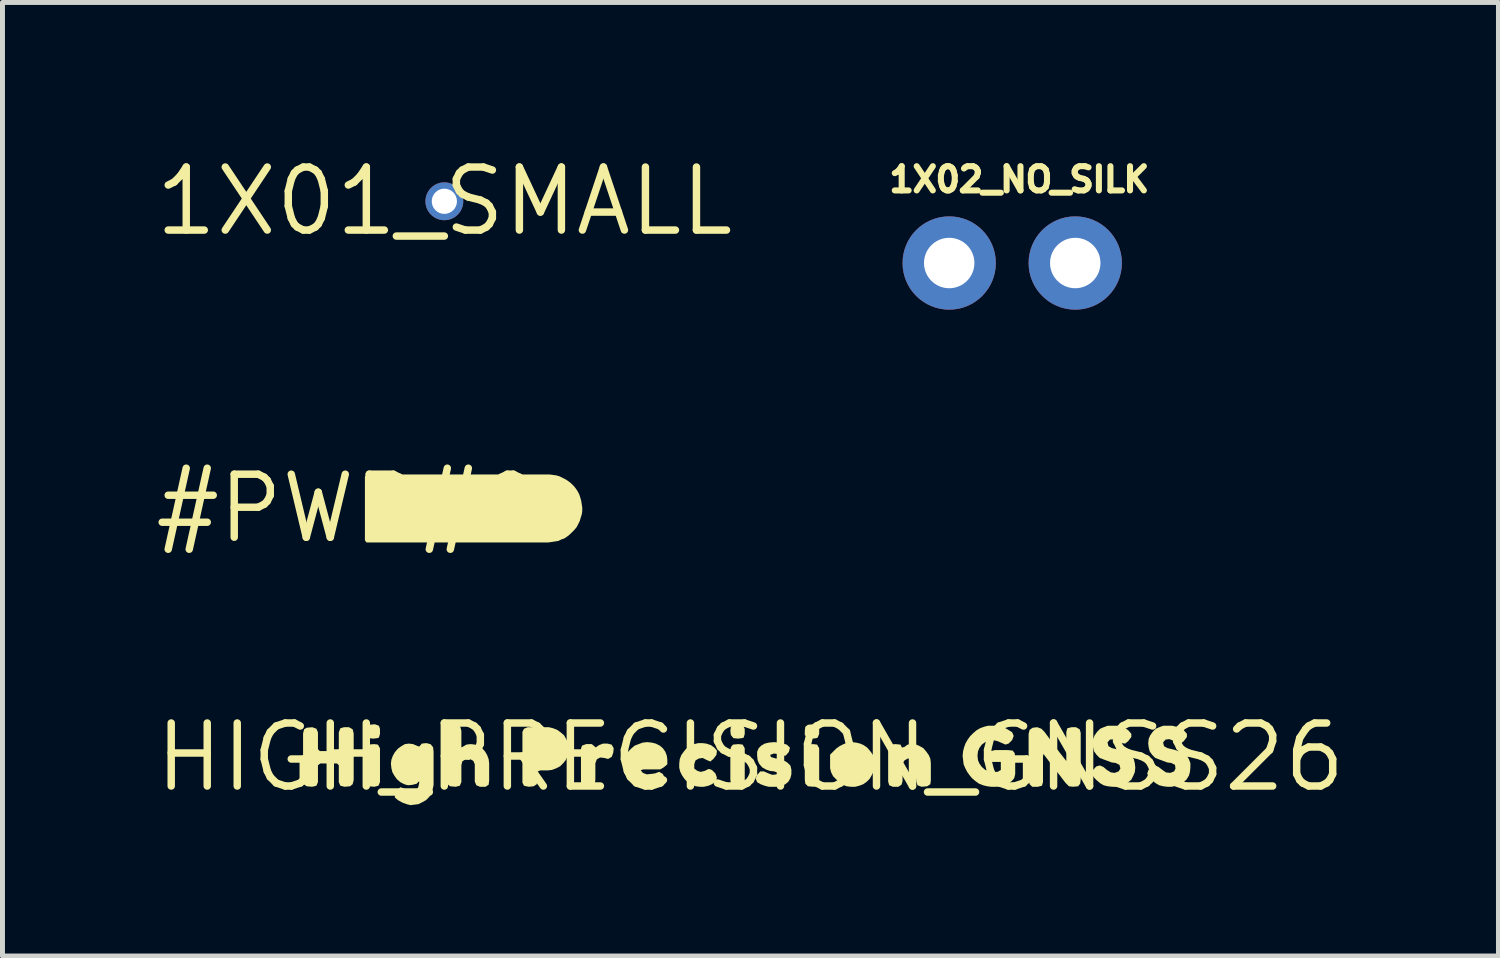
<source format=kicad_pcb>
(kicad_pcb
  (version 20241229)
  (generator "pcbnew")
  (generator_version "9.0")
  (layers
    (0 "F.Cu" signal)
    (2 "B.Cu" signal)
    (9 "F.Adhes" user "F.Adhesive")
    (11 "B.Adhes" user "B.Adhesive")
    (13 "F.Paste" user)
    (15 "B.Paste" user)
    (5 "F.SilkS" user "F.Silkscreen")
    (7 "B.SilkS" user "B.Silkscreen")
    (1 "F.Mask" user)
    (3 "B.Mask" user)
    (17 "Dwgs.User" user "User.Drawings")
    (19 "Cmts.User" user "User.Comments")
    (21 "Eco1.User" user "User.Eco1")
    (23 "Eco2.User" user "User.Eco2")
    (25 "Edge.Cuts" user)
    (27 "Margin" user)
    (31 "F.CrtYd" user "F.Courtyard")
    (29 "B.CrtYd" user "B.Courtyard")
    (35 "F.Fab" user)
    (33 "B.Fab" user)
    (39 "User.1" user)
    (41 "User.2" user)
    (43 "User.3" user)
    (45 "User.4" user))
  (footprint "1X01_SMALL"
    (layer "F.Cu")
    (at 5.904 1.006)
    (property "Reference" "1X01_SMALL" (at 0 0 0) (layer "F.SilkS") (effects (font (size 1.27 1.27) (thickness 0.15))))
    (pad "P$1" thru_hole circle (at 0 0) (size 0.762 0.762) (drill 0.508) (layers "*.Cu" "*.Mask")))
  (footprint "1X02_NO_SILK"
    (layer "F.Cu")
    (at 16.077 2.25)
    (property "Reference" "1X02_NO_SILK" (at -1.27 -1.397 0) (unlocked yes) (layer "F.SilkS") (effects (font (size 0.488 0.488) (thickness 0.122)) (justify left bottom)))
    (fp_poly (pts (xy -0.254 0.254) (xy 0.254 0.254) (xy 0.254 -0.254) (xy -0.254 -0.254)) (stroke (width 0.1) (type default)) (fill no) (layer "F.Fab"))
    (fp_poly (pts (xy 2.286 0.254) (xy 2.794 0.254) (xy 2.794 -0.254) (xy 2.286 -0.254)) (stroke (width 0.1) (type default)) (fill no) (layer "F.Fab"))
    (pad "1" thru_hole circle (at 0 0 90) (size 1.88 1.88) (drill 1.016) (layers "*.Cu" "*.Mask"))
    (pad "2" thru_hole circle (at 2.54 0 90) (size 1.88 1.88) (drill 1.016) (layers "*.Cu" "*.Mask")))
  (footprint "HIGH_PRECISION_GNSS26"
    (layer "F.Cu")
    (at 12.072 12.209)
    (property "Reference" "HIGH_PRECISION_GNSS26" (at 0 0 0) (layer "F.SilkS") (effects (font (size 1.27 1.27) (thickness 0.15))))
    (fp_poly (pts (xy -7.507 -0.255) (xy -7.465 -0.181) (xy -7.465 0.501) (xy -7.496 0.574) (xy -7.58 0.595) (xy -7.692 0.585) (xy -7.745 0.532) (xy -7.755 0.45) (xy -7.755 -0.12) (xy -7.745 -0.202) (xy -7.692 -0.255) (xy -7.59 -0.265)) (stroke (width 0) (type default)) (fill yes) (layer "F.SilkS"))
    (fp_poly (pts (xy -7.486 -0.634) (xy -7.465 -0.571) (xy -7.465 -0.469) (xy -7.486 -0.396) (xy -7.519 -0.385) (xy -7.6 -0.375) (xy -7.693 -0.385) (xy -7.745 -0.448) (xy -7.755 -0.53) (xy -7.745 -0.613) (xy -7.682 -0.655) (xy -7.569 -0.665)) (stroke (width 0) (type default)) (fill yes) (layer "F.SilkS"))
    (fp_poly (pts (xy -0.157 -0.255) (xy -0.115 -0.181) (xy -0.115 0.501) (xy -0.146 0.574) (xy -0.23 0.595) (xy -0.342 0.585) (xy -0.395 0.532) (xy -0.405 0.45) (xy -0.405 -0.12) (xy -0.395 -0.202) (xy -0.353 -0.255) (xy -0.24 -0.265)) (stroke (width 0) (type default)) (fill yes) (layer "F.SilkS"))
    (fp_poly (pts (xy -0.146 -0.634) (xy -0.115 -0.571) (xy -0.115 -0.469) (xy -0.136 -0.396) (xy -0.169 -0.385) (xy -0.25 -0.375) (xy -0.343 -0.385) (xy -0.395 -0.448) (xy -0.405 -0.53) (xy -0.395 -0.613) (xy -0.332 -0.655) (xy -0.219 -0.665)) (stroke (width 0) (type default)) (fill yes) (layer "F.SilkS"))
    (fp_poly (pts (xy 1.343 -0.255) (xy 1.385 -0.181) (xy 1.385 0.501) (xy 1.354 0.574) (xy 1.27 0.595) (xy 1.158 0.585) (xy 1.105 0.532) (xy 1.095 0.45) (xy 1.095 -0.12) (xy 1.105 -0.202) (xy 1.147 -0.255) (xy 1.26 -0.265)) (stroke (width 0) (type default)) (fill yes) (layer "F.SilkS"))
    (fp_poly (pts (xy 1.354 -0.634) (xy 1.385 -0.571) (xy 1.385 -0.469) (xy 1.354 -0.396) (xy 1.331 -0.385) (xy 1.25 -0.375) (xy 1.158 -0.385) (xy 1.095 -0.448) (xy 1.095 -0.53) (xy 1.105 -0.613) (xy 1.158 -0.655) (xy 1.271 -0.665)) (stroke (width 0) (type default)) (fill yes) (layer "F.SilkS"))
    (fp_poly (pts (xy -2.797 -0.254) (xy -2.755 -0.181) (xy -2.765 -0.089) (xy -2.796 -0.007) (xy -2.869 0.035) (xy -2.941 0.015) (xy -3.029 0.005) (xy -3.096 0.043) (xy -3.125 0.121) (xy -3.125 0.45) (xy -3.135 0.532) (xy -3.188 0.585) (xy -3.29 0.595) (xy -3.373 0.585) (xy -3.415 0.511) (xy -3.415 -0.171) (xy -3.394 -0.234) (xy -3.311 -0.265) (xy -3.198 -0.265) (xy -3.147 -0.224) (xy -3.119 -0.197) (xy -3.052 -0.244) (xy -2.971 -0.275) (xy -2.879 -0.275)) (stroke (width 0) (type default)) (fill yes) (layer "F.SilkS"))
    (fp_poly (pts (xy 5.863 -0.574) (xy 5.924 -0.513) (xy 6.224 -0.103) (xy 6.365 0.076) (xy 6.365 -0.511) (xy 6.386 -0.584) (xy 6.469 -0.605) (xy 6.561 -0.605) (xy 6.634 -0.563) (xy 6.655 -0.491) (xy 6.655 0.45) (xy 6.645 0.532) (xy 6.603 0.585) (xy 6.5 0.595) (xy 6.418 0.585) (xy 6.346 0.513) (xy 5.903 -0.067) (xy 5.895 -0.01) (xy 5.895 0.501) (xy 5.874 0.574) (xy 5.791 0.595) (xy 5.678 0.595) (xy 5.625 0.543) (xy 5.605 0.461) (xy 5.605 -0.471) (xy 5.626 -0.553) (xy 5.688 -0.595) (xy 5.781 -0.605)) (stroke (width 0) (type default)) (fill yes) (layer "F.SilkS"))
    (fp_poly (pts (xy -3.979 -0.585) (xy -3.898 -0.554) (xy -3.827 -0.504) (xy -3.756 -0.443) (xy -3.716 -0.372) (xy -3.665 -0.271) (xy -3.665 -0.099) (xy -3.685 -0.018) (xy -3.726 0.063) (xy -3.776 0.123) (xy -3.837 0.184) (xy -3.913 0.222) (xy -3.913 0.223) (xy -3.918 0.225) (xy -3.922 0.227) (xy -3.922 0.226) (xy -3.999 0.255) (xy -4.08 0.265) (xy -4.239 0.265) (xy -4.295 0.293) (xy -4.295 0.46) (xy -4.305 0.543) (xy -4.368 0.585) (xy -4.47 0.595) (xy -4.563 0.574) (xy -4.595 0.511) (xy -4.595 -0.511) (xy -4.564 -0.574) (xy -4.491 -0.605) (xy -4.059 -0.605)) (stroke (width 0) (type default)) (fill yes) (layer "F.SilkS"))
    (fp_poly (pts (xy 2.131 -0.295) (xy 2.212 -0.275) (xy 2.282 -0.244) (xy 2.353 -0.194) (xy 2.414 -0.123) (xy 2.465 -0.052) (xy 2.485 0.019) (xy 2.505 0.11) (xy 2.495 0.201) (xy 2.485 0.281) (xy 2.444 0.362) (xy 2.404 0.433) (xy 2.343 0.494) (xy 2.272 0.544) (xy 2.191 0.575) (xy 2.111 0.595) (xy 2.02 0.595) (xy 1.939 0.585) (xy 1.853 0.553) (xy 1.857 0.544) (xy 1.787 0.504) (xy 1.726 0.444) (xy 1.666 0.383) (xy 1.625 0.302) (xy 1.605 0.221) (xy 1.605 -0.052) (xy 1.727 -0.174) (xy 1.797 -0.224) (xy 1.878 -0.265) (xy 1.959 -0.295) (xy 2.04 -0.305)) (stroke (width 0) (type default)) (fill yes) (layer "F.SilkS"))
    (fp_poly (pts (xy -8.746 -0.574) (xy -8.715 -0.501) (xy -8.715 -0.162) (xy -8.678 -0.125) (xy -8.342 -0.125) (xy -8.295 -0.162) (xy -8.295 -0.501) (xy -8.264 -0.584) (xy -8.191 -0.605) (xy -8.089 -0.605) (xy -8.016 -0.563) (xy -7.995 -0.481) (xy -7.995 0.461) (xy -8.016 0.543) (xy -8.068 0.585) (xy -8.18 0.595) (xy -8.264 0.574) (xy -8.295 0.501) (xy -8.295 0.162) (xy -8.332 0.125) (xy -8.668 0.125) (xy -8.715 0.162) (xy -8.715 0.501) (xy -8.746 0.574) (xy -8.83 0.595) (xy -8.942 0.585) (xy -9.005 0.543) (xy -9.015 0.46) (xy -9.015 -0.481) (xy -8.994 -0.563) (xy -8.942 -0.595) (xy -8.829 -0.605)) (stroke (width 0) (type default)) (fill yes) (layer "F.SilkS"))
    (fp_poly (pts (xy 3.341 -0.255) (xy 3.412 -0.224) (xy 3.483 -0.184) (xy 3.544 -0.113) (xy 3.594 -0.042) (xy 3.625 0.029) (xy 3.635 0.12) (xy 3.635 0.47) (xy 3.625 0.543) (xy 3.562 0.585) (xy 3.449 0.595) (xy 3.366 0.564) (xy 3.345 0.501) (xy 3.335 0.41) (xy 3.335 0.161) (xy 3.316 0.073) (xy 3.258 0.035) (xy 3.171 0.025) (xy 3.104 0.064) (xy 3.065 0.131) (xy 3.065 0.481) (xy 3.044 0.553) (xy 2.982 0.595) (xy 2.869 0.595) (xy 2.796 0.564) (xy 2.775 0.491) (xy 2.775 -0.202) (xy 2.817 -0.255) (xy 2.92 -0.265) (xy 3.023 -0.255) (xy 3.053 -0.196) (xy 3.098 -0.205) (xy 3.168 -0.255) (xy 3.25 -0.265)) (stroke (width 0) (type default)) (fill yes) (layer "F.SilkS"))
    (fp_poly (pts (xy -5.898 -0.655) (xy -5.846 -0.613) (xy -5.825 -0.531) (xy -5.825 -0.198) (xy -5.792 -0.214) (xy -5.722 -0.255) (xy -5.64 -0.265) (xy -5.549 -0.255) (xy -5.478 -0.224) (xy -5.407 -0.184) (xy -5.346 -0.113) (xy -5.305 -0.042) (xy -5.275 0.039) (xy -5.265 0.12) (xy -5.265 0.47) (xy -5.275 0.553) (xy -5.338 0.595) (xy -5.451 0.595) (xy -5.524 0.564) (xy -5.555 0.491) (xy -5.555 0.141) (xy -5.584 0.074) (xy -5.651 0.035) (xy -5.729 0.035) (xy -5.806 0.083) (xy -5.825 0.161) (xy -5.825 0.501) (xy -5.856 0.574) (xy -5.94 0.595) (xy -6.052 0.585) (xy -6.105 0.543) (xy -6.115 0.46) (xy -6.115 -0.571) (xy -6.094 -0.634) (xy -6.011 -0.665)) (stroke (width 0) (type default)) (fill yes) (layer "F.SilkS"))
    (fp_poly (pts (xy -1.989 -0.295) (xy -1.908 -0.275) (xy -1.827 -0.234) (xy -1.766 -0.183) (xy -1.716 -0.112) (xy -1.685 -0.031) (xy -1.675 0.05) (xy -1.675 0.142) (xy -1.747 0.204) (xy -1.819 0.245) (xy -2.159 0.245) (xy -2.211 0.262) (xy -2.167 0.316) (xy -2.089 0.345) (xy -1.991 0.335) (xy -1.921 0.325) (xy -1.84 0.294) (xy -1.766 0.336) (xy -1.725 0.419) (xy -1.725 0.492) (xy -1.767 0.534) (xy -1.828 0.565) (xy -1.919 0.585) (xy -2.05 0.595) (xy -2.151 0.595) (xy -2.231 0.575) (xy -2.312 0.545) (xy -2.383 0.504) (xy -2.444 0.443) (xy -2.485 0.362) (xy -2.515 0.292) (xy -2.535 0.201) (xy -2.535 0.12) (xy -2.525 0.029) (xy -2.495 -0.052) (xy -2.454 -0.123) (xy -2.393 -0.184) (xy -2.333 -0.234) (xy -2.252 -0.265) (xy -2.171 -0.295) (xy -2.08 -0.305)) (stroke (width 0) (type default)) (fill yes) (layer "F.SilkS"))
    (fp_poly (pts (xy -0.889 -0.275) (xy -0.798 -0.245) (xy -0.727 -0.194) (xy -0.675 -0.132) (xy -0.685 -0.048) (xy -0.746 0.033) (xy -0.809 0.086) (xy -0.882 0.055) (xy -0.961 0.015) (xy -1.038 0.025) (xy -1.106 0.063) (xy -1.135 0.141) (xy -1.135 0.227) (xy -1.068 0.275) (xy -1 0.295) (xy -0.922 0.275) (xy -0.84 0.235) (xy -0.777 0.256) (xy -0.706 0.327) (xy -0.675 0.41) (xy -0.696 0.483) (xy -0.777 0.544) (xy -0.848 0.575) (xy -0.939 0.595) (xy -1.02 0.595) (xy -1.101 0.585) (xy -1.182 0.555) (xy -1.263 0.504) (xy -1.324 0.443) (xy -1.374 0.373) (xy -1.415 0.292) (xy -1.435 0.211) (xy -1.435 0.13) (xy -1.425 0.039) (xy -1.394 -0.042) (xy -1.344 -0.113) (xy -1.293 -0.174) (xy -1.212 -0.224) (xy -1.132 -0.265) (xy -1.051 -0.285) (xy -0.97 -0.285)) (stroke (width 0) (type default)) (fill yes) (layer "F.SilkS"))
    (fp_poly (pts (xy -6.447 -0.264) (xy -6.395 -0.202) (xy -6.385 -0.11) (xy -6.385 0.561) (xy -6.405 0.651) (xy -6.425 0.732) (xy -6.476 0.803) (xy -6.537 0.864) (xy -6.608 0.904) (xy -6.689 0.945) (xy -6.769 0.955) (xy -6.85 0.965) (xy -6.931 0.945) (xy -7.012 0.915) (xy -7.103 0.864) (xy -7.165 0.812) (xy -7.165 0.739) (xy -7.114 0.657) (xy -7.051 0.604) (xy -6.968 0.635) (xy -6.898 0.675) (xy -6.82 0.685) (xy -6.743 0.666) (xy -6.695 0.608) (xy -6.675 0.519) (xy -6.675 0.482) (xy -6.727 0.535) (xy -6.809 0.555) (xy -6.9 0.565) (xy -6.972 0.545) (xy -7.053 0.504) (xy -7.124 0.443) (xy -7.174 0.373) (xy -7.215 0.302) (xy -7.235 0.221) (xy -7.245 0.13) (xy -7.235 0.049) (xy -7.205 -0.032) (xy -7.164 -0.103) (xy -7.103 -0.174) (xy -7.033 -0.224) (xy -6.962 -0.265) (xy -6.88 -0.275) (xy -6.799 -0.265) (xy -6.708 -0.225) (xy -6.672 -0.216) (xy -6.623 -0.275) (xy -6.53 -0.285)) (stroke (width 0) (type default)) (fill yes) (layer "F.SilkS"))
    (fp_poly (pts (xy 0.571 -0.295) (xy 0.651 -0.275) (xy 0.733 -0.255) (xy 0.796 -0.192) (xy 0.775 -0.108) (xy 0.713 -0.035) (xy 0.649 -0.025) (xy 0.559 -0.065) (xy 0.471 -0.075) (xy 0.397 -0.047) (xy 0.414 -0.004) (xy 0.511 0.025) (xy 0.591 0.035) (xy 0.672 0.065) (xy 0.743 0.106) (xy 0.805 0.167) (xy 0.825 0.249) (xy 0.825 0.341) (xy 0.805 0.422) (xy 0.764 0.493) (xy 0.703 0.544) (xy 0.632 0.575) (xy 0.551 0.595) (xy 0.369 0.595) (xy 0.289 0.575) (xy 0.208 0.545) (xy 0.136 0.504) (xy 0.105 0.43) (xy 0.136 0.357) (xy 0.198 0.285) (xy 0.271 0.285) (xy 0.362 0.325) (xy 0.441 0.355) (xy 0.527 0.345) (xy 0.552 0.312) (xy 0.479 0.285) (xy 0.389 0.275) (xy 0.308 0.245) (xy 0.237 0.204) (xy 0.176 0.133) (xy 0.145 0.061) (xy 0.135 -0.03) (xy 0.135 -0.111) (xy 0.166 -0.183) (xy 0.217 -0.234) (xy 0.288 -0.275) (xy 0.369 -0.295) (xy 0.48 -0.305)) (stroke (width 0) (type default)) (fill yes) (layer "F.SilkS"))
    (fp_poly (pts (xy 7.461 -0.615) (xy 7.552 -0.585) (xy 7.613 -0.544) (xy 7.675 -0.472) (xy 7.675 -0.408) (xy 7.614 -0.327) (xy 7.551 -0.275) (xy 7.478 -0.285) (xy 7.398 -0.336) (xy 7.329 -0.365) (xy 7.243 -0.355) (xy 7.195 -0.299) (xy 7.214 -0.223) (xy 7.282 -0.185) (xy 7.441 -0.145) (xy 7.532 -0.115) (xy 7.613 -0.084) (xy 7.674 -0.033) (xy 7.725 0.038) (xy 7.745 0.119) (xy 7.755 0.21) (xy 7.745 0.301) (xy 7.715 0.372) (xy 7.674 0.453) (xy 7.613 0.504) (xy 7.532 0.545) (xy 7.451 0.575) (xy 7.371 0.595) (xy 7.29 0.595) (xy 7.199 0.585) (xy 7.118 0.565) (xy 7.047 0.524) (xy 6.977 0.464) (xy 6.926 0.413) (xy 6.875 0.331) (xy 6.896 0.267) (xy 6.967 0.186) (xy 7.04 0.165) (xy 7.113 0.196) (xy 7.183 0.256) (xy 7.262 0.305) (xy 7.339 0.315) (xy 7.417 0.286) (xy 7.455 0.229) (xy 7.436 0.153) (xy 7.359 0.115) (xy 7.279 0.105) (xy 7.198 0.075) (xy 7.118 0.045) (xy 7.037 0.014) (xy 6.976 -0.047) (xy 6.925 -0.118) (xy 6.905 -0.199) (xy 6.895 -0.28) (xy 6.905 -0.371) (xy 6.936 -0.442) (xy 6.986 -0.513) (xy 7.047 -0.574) (xy 7.118 -0.605) (xy 7.199 -0.635) (xy 7.381 -0.635)) (stroke (width 0) (type default)) (fill yes) (layer "F.SilkS"))
    (fp_poly (pts (xy 8.581 -0.615) (xy 8.672 -0.585) (xy 8.733 -0.544) (xy 8.795 -0.472) (xy 8.795 -0.408) (xy 8.734 -0.327) (xy 8.672 -0.275) (xy 8.588 -0.285) (xy 8.518 -0.336) (xy 8.439 -0.365) (xy 8.363 -0.355) (xy 8.315 -0.299) (xy 8.334 -0.223) (xy 8.402 -0.185) (xy 8.561 -0.145) (xy 8.652 -0.115) (xy 8.722 -0.084) (xy 8.794 -0.033) (xy 8.835 0.038) (xy 8.865 0.119) (xy 8.865 0.21) (xy 8.855 0.301) (xy 8.835 0.372) (xy 8.784 0.453) (xy 8.723 0.504) (xy 8.652 0.545) (xy 8.571 0.575) (xy 8.491 0.595) (xy 8.4 0.595) (xy 8.319 0.585) (xy 8.238 0.565) (xy 8.167 0.524) (xy 8.087 0.464) (xy 8.036 0.413) (xy 7.995 0.33) (xy 8.016 0.268) (xy 8.077 0.186) (xy 8.161 0.165) (xy 8.223 0.196) (xy 8.303 0.256) (xy 8.372 0.305) (xy 8.459 0.315) (xy 8.536 0.286) (xy 8.565 0.229) (xy 8.555 0.153) (xy 8.479 0.115) (xy 8.399 0.105) (xy 8.318 0.075) (xy 8.238 0.045) (xy 8.157 0.014) (xy 8.096 -0.047) (xy 8.045 -0.118) (xy 8.025 -0.199) (xy 8.015 -0.28) (xy 8.025 -0.371) (xy 8.056 -0.442) (xy 8.106 -0.513) (xy 8.167 -0.574) (xy 8.238 -0.605) (xy 8.319 -0.635) (xy 8.501 -0.635)) (stroke (width 0) (type default)) (fill yes) (layer "F.SilkS"))
    (fp_poly (pts (xy 5.041 -0.625) (xy 5.122 -0.595) (xy 5.193 -0.554) (xy 5.274 -0.503) (xy 5.305 -0.43) (xy 5.274 -0.347) (xy 5.203 -0.276) (xy 5.14 -0.255) (xy 4.978 -0.325) (xy 4.89 -0.345) (xy 4.811 -0.335) (xy 4.732 -0.306) (xy 4.664 -0.256) (xy 4.614 -0.188) (xy 4.585 -0.119) (xy 4.575 -0.03) (xy 4.585 0.059) (xy 4.614 0.128) (xy 4.664 0.197) (xy 4.733 0.256) (xy 4.811 0.285) (xy 4.89 0.295) (xy 4.979 0.295) (xy 5.045 0.257) (xy 5.045 0.095) (xy 4.868 0.095) (xy 4.815 0.042) (xy 4.815 -0.051) (xy 4.846 -0.124) (xy 4.929 -0.145) (xy 5.18 -0.145) (xy 5.283 -0.135) (xy 5.325 -0.082) (xy 5.335 0.01) (xy 5.335 0.341) (xy 5.315 0.422) (xy 5.263 0.484) (xy 5.192 0.524) (xy 5.122 0.565) (xy 5.041 0.585) (xy 4.95 0.595) (xy 4.85 0.595) (xy 4.769 0.585) (xy 4.689 0.565) (xy 4.608 0.534) (xy 4.537 0.484) (xy 4.466 0.424) (xy 4.416 0.363) (xy 4.366 0.293) (xy 4.325 0.212) (xy 4.295 0.141) (xy 4.285 0.051) (xy 4.275 -0.03) (xy 4.285 -0.121) (xy 4.305 -0.201) (xy 4.335 -0.282) (xy 4.376 -0.353) (xy 4.426 -0.423) (xy 4.487 -0.484) (xy 4.557 -0.544) (xy 4.628 -0.585) (xy 4.709 -0.615) (xy 4.789 -0.635) (xy 4.96 -0.635)) (stroke (width 0) (type default)) (fill yes) (layer "F.SilkS")))
  (footprint "#PWR#0"
    (layer "F.Cu")
    (at 3.968 7.196)
    (property "Reference" "#PWR#0" (at 0 0 0) (layer "F.SilkS") (effects (font (size 1.27 1.27) (thickness 0.15))))
    (fp_poly (pts (xy 1.172 -0.245) (xy 1.224 -0.203) (xy 1.245 -0.13) (xy 1.224 -0.067) (xy 1.172 -0.025) (xy 1.131 -0.015) (xy 0.998 -0.015) (xy 0.955 -0.048) (xy 0.955 -0.19) (xy 0.966 -0.255) (xy 1.1 -0.255)) (stroke (width 0) (type default)) (fill yes) (layer "F.SilkS"))
    (fp_poly (pts (xy 3.562 -0.255) (xy 3.624 -0.223) (xy 3.645 -0.15) (xy 3.635 -0.077) (xy 3.582 -0.035) (xy 3.52 -0.025) (xy 3.377 -0.025) (xy 3.365 -0.049) (xy 3.365 -0.254) (xy 3.43 -0.265) (xy 3.5 -0.265)) (stroke (width 0) (type default)) (fill yes) (layer "F.SilkS"))
    (fp_poly (pts (xy 4.06 -0.685) (xy 4.131 -0.675) (xy 4.201 -0.665) (xy 4.262 -0.645) (xy 4.383 -0.584) (xy 4.443 -0.544) (xy 4.493 -0.504) (xy 4.544 -0.453) (xy 4.584 -0.403) (xy 4.624 -0.343) (xy 4.655 -0.282) (xy 4.675 -0.221) (xy 4.695 -0.151) (xy 4.705 -0.081) (xy 4.715 -0.02) (xy 4.715 0.05) (xy 4.705 0.121) (xy 4.685 0.181) (xy 4.665 0.252) (xy 4.604 0.373) (xy 4.564 0.423) (xy 4.514 0.474) (xy 4.463 0.524) (xy 4.413 0.564) (xy 4.352 0.605) (xy 4.292 0.625) (xy 4.232 0.655) (xy 4.161 0.665) (xy 4.101 0.675) (xy 4.03 0.685) (xy 0.367 0.685) (xy 0.335 0.642) (xy 0.335 -0.642) (xy 0.367 -0.685)) (stroke (width 0) (type default)) (fill yes) (layer "F.SilkS")))
  (gr_rect
    (start -3 -3)
    (end 27.145 16.215)
    (stroke (width 0.1) (type default))
    (fill no)
    (layer "Edge.Cuts")))
</source>
